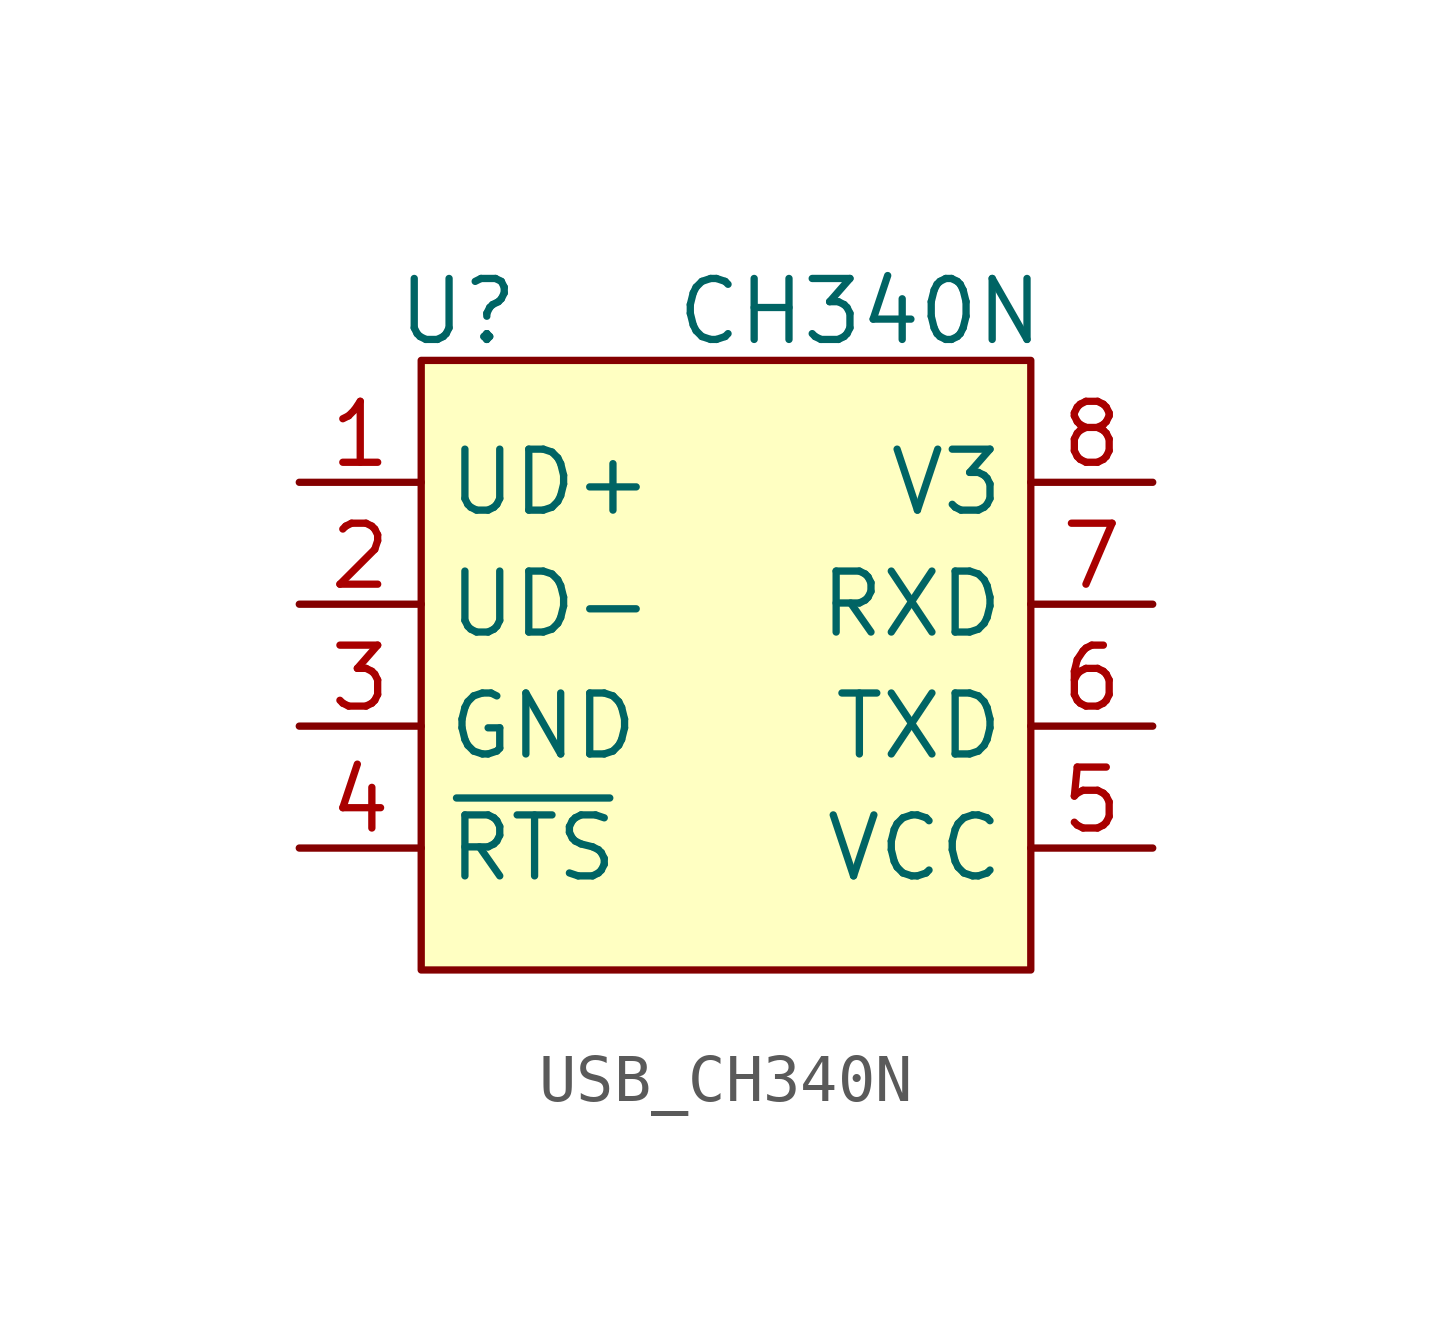
<source format=kicad_sym>
(kicad_symbol_lib
  (version 20231120)
  (generator "kicad_symbol_editor")
  (generator_version "8.0")
  (symbol "USB_CH340N"
    (property "Reference" "U"
      (at -6.858 6.096 0)
      (do_not_autoplace)
      (effects (font (size 1.27 1.27))))
    (property "Value" "CH340N"
      (at 1.524 6.096 0)
      (do_not_autoplace)
      (effects (font (size 1.27 1.27))))
    (symbol "USB_CH340N_0_1"
      (rectangle (start -7.62 5.08) (end 5.08 -7.62) (stroke (width 0) (type default)) (fill (type background))))
    (symbol "USB_CH340N_1_1"
      (pin bidirectional line (at -10.16 2.54 0) (length 2.54) (name "UD+" (effects (font (size 1.27 1.27)))) (number "1" (effects (font (size 1.27 1.27)))))
      (pin bidirectional line (at -10.16 0 0) (length 2.54) (name "UD-" (effects (font (size 1.27 1.27)))) (number "2" (effects (font (size 1.27 1.27)))))
      (pin power_in line (at -10.16 -2.54 0) (length 2.54) (name "GND" (effects (font (size 1.27 1.27)))) (number "3" (effects (font (size 1.27 1.27)))))
      (pin output line (at -10.16 -5.08 0) (length 2.54) (name "~{RTS}" (effects (font (size 1.27 1.27)))) (number "4" (effects (font (size 1.27 1.27)))))
      (pin power_in line (at 7.62 -5.08 180) (length 2.54) (name "VCC" (effects (font (size 1.27 1.27)))) (number "5" (effects (font (size 1.27 1.27)))))
      (pin output line (at 7.62 -2.54 180) (length 2.54) (name "TXD" (effects (font (size 1.27 1.27)))) (number "6" (effects (font (size 1.27 1.27)))))
      (pin input line (at 7.62 0 180) (length 2.54) (name "RXD" (effects (font (size 1.27 1.27)))) (number "7" (effects (font (size 1.27 1.27)))))
      (pin passive line (at 7.62 2.54 180) (length 2.54) (name "V3" (effects (font (size 1.27 1.27)))) (number "8" (effects (font (size 1.27 1.27))))))))
</source>
